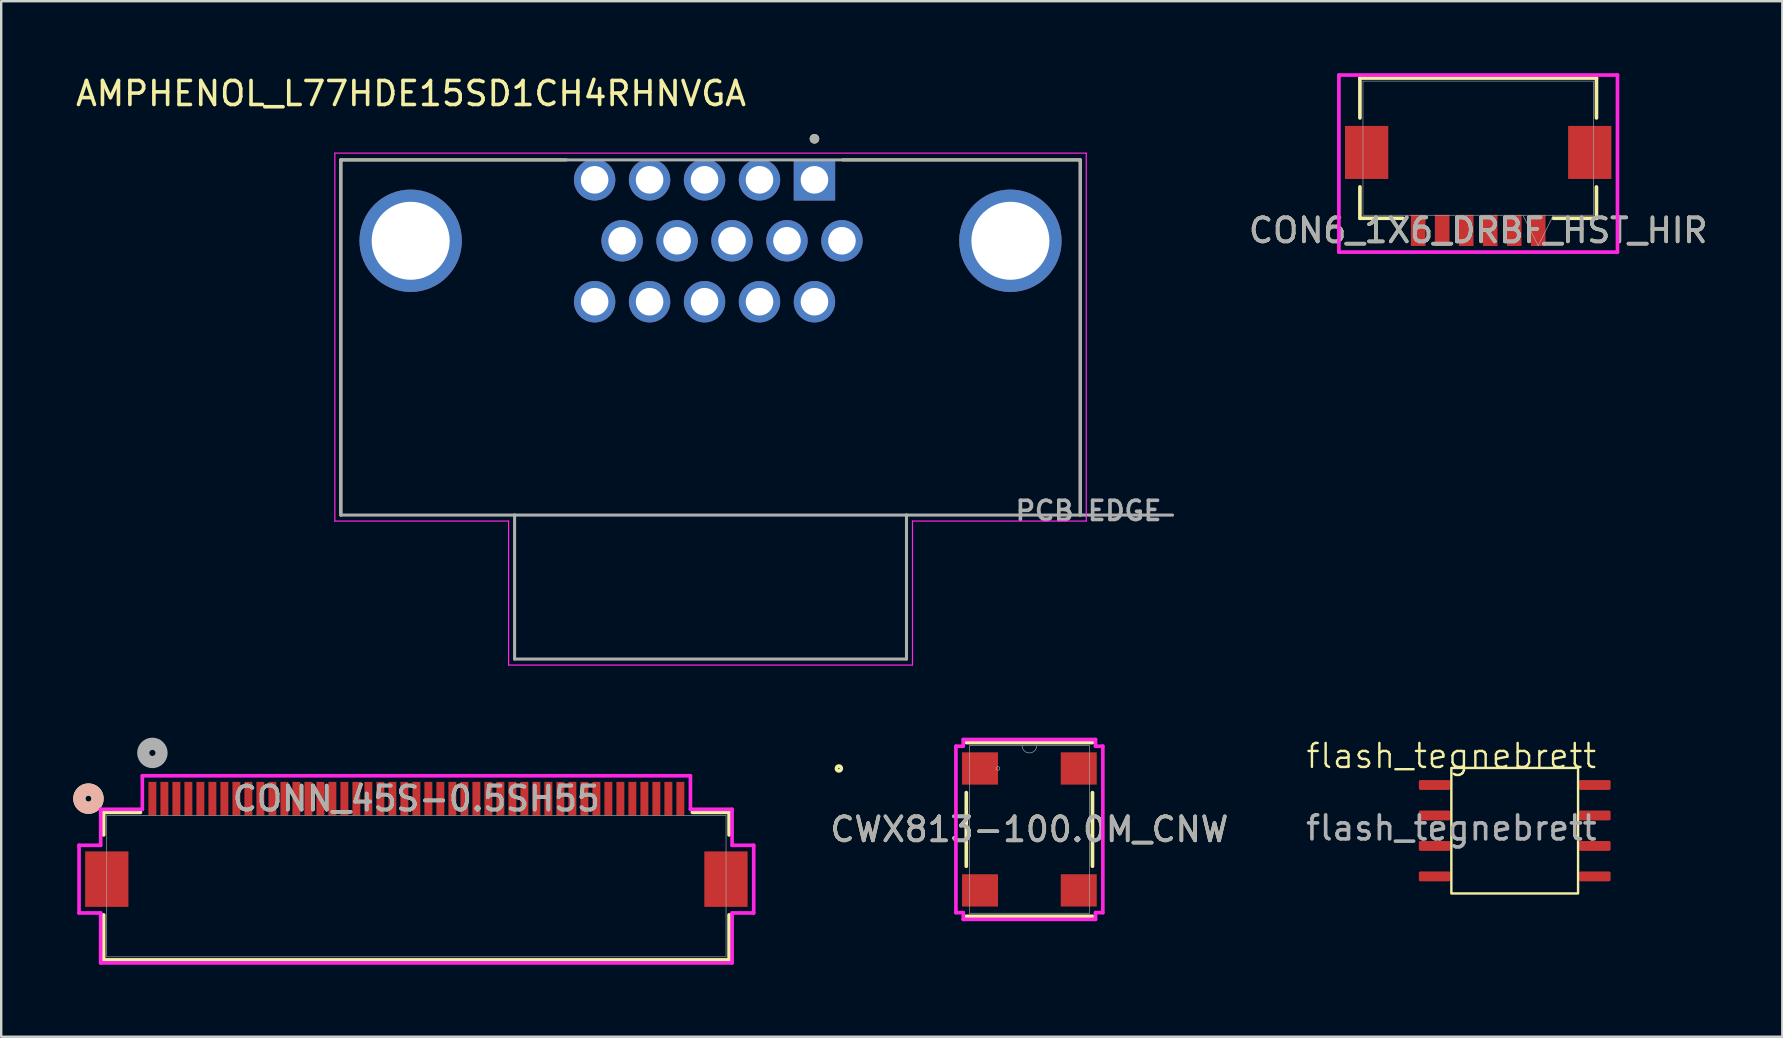
<source format=kicad_pcb>
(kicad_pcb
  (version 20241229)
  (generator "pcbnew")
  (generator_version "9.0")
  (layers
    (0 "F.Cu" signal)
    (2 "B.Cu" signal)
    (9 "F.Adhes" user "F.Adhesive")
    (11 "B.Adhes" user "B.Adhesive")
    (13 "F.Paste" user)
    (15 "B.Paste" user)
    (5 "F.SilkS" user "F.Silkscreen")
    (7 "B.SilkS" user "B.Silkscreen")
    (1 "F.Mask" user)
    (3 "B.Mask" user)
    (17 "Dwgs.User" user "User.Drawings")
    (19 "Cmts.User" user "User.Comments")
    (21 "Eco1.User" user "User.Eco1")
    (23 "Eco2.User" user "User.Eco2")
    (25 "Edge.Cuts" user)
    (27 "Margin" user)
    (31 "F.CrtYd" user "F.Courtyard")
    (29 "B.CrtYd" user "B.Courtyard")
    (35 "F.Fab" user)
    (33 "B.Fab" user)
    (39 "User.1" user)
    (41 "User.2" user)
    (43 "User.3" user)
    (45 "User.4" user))
  (footprint "CONN_45S-0.5SH55"
    (layer "F.Cu")
    (at 14.3 33.873)
    (property "Reference" "CONN_45S-0.5SH55" (at 0 -3.645 0) (unlocked yes) (layer "F.SilkS") (effects (font (size 1 1) (thickness 0.15))))
    (attr smd)
    (fp_line (start -13.03 -3.073) (end -13.03 -2.133) (stroke (width 0.152) (type solid)) (layer "F.SilkS"))
    (fp_line (start -13.03 1.198) (end -13.03 3.073) (stroke (width 0.152) (type solid)) (layer "F.SilkS"))
    (fp_line (start -13.03 3.073) (end 13.03 3.073) (stroke (width 0.152) (type solid)) (layer "F.SilkS"))
    (fp_line (start -11.498 -3.073) (end -13.03 -3.073) (stroke (width 0.152) (type solid)) (layer "F.SilkS"))
    (fp_line (start 13.03 -3.073) (end 11.498 -3.073) (stroke (width 0.152) (type solid)) (layer "F.SilkS"))
    (fp_line (start 13.03 -2.133) (end 13.03 -3.073) (stroke (width 0.152) (type solid)) (layer "F.SilkS"))
    (fp_line (start 13.03 3.073) (end 13.03 1.198) (stroke (width 0.152) (type solid)) (layer "F.SilkS"))
    (fp_circle (center -13.665 -3.645) (end -13.284 -3.645) (stroke (width 0.508) (type solid)) (fill no) (layer "F.SilkS"))
    (fp_circle (center -13.665 -3.645) (end -13.284 -3.645) (stroke (width 0.508) (type solid)) (fill no) (layer "B.SilkS"))
    (fp_line (start -14.056 -1.701) (end -14.056 1.119) (stroke (width 0.152) (type solid)) (layer "F.CrtYd"))
    (fp_line (start -14.056 1.119) (end -13.156 1.119) (stroke (width 0.152) (type solid)) (layer "F.CrtYd"))
    (fp_line (start -13.157 3.2) (end 13.157 3.2) (stroke (width 0.152) (type solid)) (layer "F.CrtYd"))
    (fp_line (start -13.156 1.119) (end -13.157 3.2) (stroke (width 0.152) (type solid)) (layer "F.CrtYd"))
    (fp_line (start -13.155 -1.701) (end -14.056 -1.701) (stroke (width 0.152) (type solid)) (layer "F.CrtYd"))
    (fp_line (start -13.154 -3.2) (end -13.155 -1.701) (stroke (width 0.152) (type solid)) (layer "F.CrtYd"))
    (fp_line (start -11.419 -4.597) (end -11.419 -3.2) (stroke (width 0.152) (type solid)) (layer "F.CrtYd"))
    (fp_line (start -11.419 -3.2) (end -13.154 -3.2) (stroke (width 0.152) (type solid)) (layer "F.CrtYd"))
    (fp_line (start 11.419 -4.597) (end -11.419 -4.597) (stroke (width 0.152) (type solid)) (layer "F.CrtYd"))
    (fp_line (start 11.419 -3.2) (end 11.419 -4.597) (stroke (width 0.152) (type solid)) (layer "F.CrtYd"))
    (fp_line (start 13.154 -3.2) (end 11.419 -3.2) (stroke (width 0.152) (type solid)) (layer "F.CrtYd"))
    (fp_line (start 13.155 -1.701) (end 13.154 -3.2) (stroke (width 0.152) (type solid)) (layer "F.CrtYd"))
    (fp_line (start 13.156 1.119) (end 14.056 1.119) (stroke (width 0.152) (type solid)) (layer "F.CrtYd"))
    (fp_line (start 13.157 3.2) (end 13.156 1.119) (stroke (width 0.152) (type solid)) (layer "F.CrtYd"))
    (fp_line (start 14.056 -1.701) (end 13.155 -1.701) (stroke (width 0.152) (type solid)) (layer "F.CrtYd"))
    (fp_line (start 14.056 1.119) (end 14.056 -1.701) (stroke (width 0.152) (type solid)) (layer "F.CrtYd"))
    (fp_line (start -12.903 -2.946) (end -12.903 2.946) (stroke (width 0.025) (type solid)) (layer "F.Fab"))
    (fp_line (start -12.903 2.946) (end 12.903 2.946) (stroke (width 0.025) (type solid)) (layer "F.Fab"))
    (fp_line (start 12.903 -2.946) (end -12.903 -2.946) (stroke (width 0.025) (type solid)) (layer "F.Fab"))
    (fp_line (start 12.903 2.946) (end 12.903 -2.946) (stroke (width 0.025) (type solid)) (layer "F.Fab"))
    (fp_circle (center -11 -5.55) (end -10.619 -5.55) (stroke (width 0.508) (type solid)) (fill no) (layer "F.Fab"))
    (fp_text user "${REFERENCE}" (at 0 -3.645 0) (unlocked yes) (layer "F.Fab") (effects (font (size 1 1) (thickness 0.15))))
    (pad "1" smd rect (at -11 -3.645) (size 0.33 1.397) (layers "F.Cu" "F.Mask" "F.Paste"))
    (pad "2" smd rect (at -10.5 -3.645) (size 0.33 1.397) (layers "F.Cu" "F.Mask" "F.Paste"))
    (pad "3" smd rect (at -10 -3.645) (size 0.33 1.397) (layers "F.Cu" "F.Mask" "F.Paste"))
    (pad "4" smd rect (at -9.5 -3.645) (size 0.33 1.397) (layers "F.Cu" "F.Mask" "F.Paste"))
    (pad "5" smd rect (at -9 -3.645) (size 0.33 1.397) (layers "F.Cu" "F.Mask" "F.Paste"))
    (pad "6" smd rect (at -8.5 -3.645) (size 0.33 1.397) (layers "F.Cu" "F.Mask" "F.Paste"))
    (pad "7" smd rect (at -8 -3.645) (size 0.33 1.397) (layers "F.Cu" "F.Mask" "F.Paste"))
    (pad "8" smd rect (at -7.5 -3.645) (size 0.33 1.397) (layers "F.Cu" "F.Mask" "F.Paste"))
    (pad "9" smd rect (at -7 -3.645) (size 0.33 1.397) (layers "F.Cu" "F.Mask" "F.Paste"))
    (pad "10" smd rect (at -6.5 -3.645) (size 0.33 1.397) (layers "F.Cu" "F.Mask" "F.Paste"))
    (pad "11" smd rect (at -6 -3.645) (size 0.33 1.397) (layers "F.Cu" "F.Mask" "F.Paste"))
    (pad "12" smd rect (at -5.5 -3.645) (size 0.33 1.397) (layers "F.Cu" "F.Mask" "F.Paste"))
    (pad "13" smd rect (at -5 -3.645) (size 0.33 1.397) (layers "F.Cu" "F.Mask" "F.Paste"))
    (pad "14" smd rect (at -4.5 -3.645) (size 0.33 1.397) (layers "F.Cu" "F.Mask" "F.Paste"))
    (pad "15" smd rect (at -4 -3.645) (size 0.33 1.397) (layers "F.Cu" "F.Mask" "F.Paste"))
    (pad "16" smd rect (at -3.5 -3.645) (size 0.33 1.397) (layers "F.Cu" "F.Mask" "F.Paste"))
    (pad "17" smd rect (at -3 -3.645) (size 0.33 1.397) (layers "F.Cu" "F.Mask" "F.Paste"))
    (pad "18" smd rect (at -2.5 -3.645) (size 0.33 1.397) (layers "F.Cu" "F.Mask" "F.Paste"))
    (pad "19" smd rect (at -2 -3.645) (size 0.33 1.397) (layers "F.Cu" "F.Mask" "F.Paste"))
    (pad "20" smd rect (at -1.5 -3.645) (size 0.33 1.397) (layers "F.Cu" "F.Mask" "F.Paste"))
    (pad "21" smd rect (at -1 -3.645) (size 0.33 1.397) (layers "F.Cu" "F.Mask" "F.Paste"))
    (pad "22" smd rect (at -0.5 -3.645) (size 0.33 1.397) (layers "F.Cu" "F.Mask" "F.Paste"))
    (pad "23" smd rect (at 0 -3.645) (size 0.33 1.397) (layers "F.Cu" "F.Mask" "F.Paste"))
    (pad "24" smd rect (at 0.5 -3.645) (size 0.33 1.397) (layers "F.Cu" "F.Mask" "F.Paste"))
    (pad "25" smd rect (at 1 -3.645) (size 0.33 1.397) (layers "F.Cu" "F.Mask" "F.Paste"))
    (pad "26" smd rect (at 1.5 -3.645) (size 0.33 1.397) (layers "F.Cu" "F.Mask" "F.Paste"))
    (pad "27" smd rect (at 2 -3.645) (size 0.33 1.397) (layers "F.Cu" "F.Mask" "F.Paste"))
    (pad "28" smd rect (at 2.5 -3.645) (size 0.33 1.397) (layers "F.Cu" "F.Mask" "F.Paste"))
    (pad "29" smd rect (at 3 -3.645) (size 0.33 1.397) (layers "F.Cu" "F.Mask" "F.Paste"))
    (pad "30" smd rect (at 3.5 -3.645) (size 0.33 1.397) (layers "F.Cu" "F.Mask" "F.Paste"))
    (pad "31" smd rect (at 4 -3.645) (size 0.33 1.397) (layers "F.Cu" "F.Mask" "F.Paste"))
    (pad "32" smd rect (at 4.5 -3.645) (size 0.33 1.397) (layers "F.Cu" "F.Mask" "F.Paste"))
    (pad "33" smd rect (at 5 -3.645) (size 0.33 1.397) (layers "F.Cu" "F.Mask" "F.Paste"))
    (pad "34" smd rect (at 5.5 -3.645) (size 0.33 1.397) (layers "F.Cu" "F.Mask" "F.Paste"))
    (pad "35" smd rect (at 6 -3.645) (size 0.33 1.397) (layers "F.Cu" "F.Mask" "F.Paste"))
    (pad "36" smd rect (at 6.5 -3.645) (size 0.33 1.397) (layers "F.Cu" "F.Mask" "F.Paste"))
    (pad "37" smd rect (at 7 -3.645) (size 0.33 1.397) (layers "F.Cu" "F.Mask" "F.Paste"))
    (pad "38" smd rect (at 7.5 -3.645) (size 0.33 1.397) (layers "F.Cu" "F.Mask" "F.Paste"))
    (pad "39" smd rect (at 8 -3.645) (size 0.33 1.397) (layers "F.Cu" "F.Mask" "F.Paste"))
    (pad "40" smd rect (at 8.5 -3.645) (size 0.33 1.397) (layers "F.Cu" "F.Mask" "F.Paste"))
    (pad "41" smd rect (at 9 -3.645) (size 0.33 1.397) (layers "F.Cu" "F.Mask" "F.Paste"))
    (pad "42" smd rect (at 9.5 -3.645) (size 0.33 1.397) (layers "F.Cu" "F.Mask" "F.Paste"))
    (pad "43" smd rect (at 10 -3.645) (size 0.33 1.397) (layers "F.Cu" "F.Mask" "F.Paste"))
    (pad "44" smd rect (at 10.5 -3.645) (size 0.33 1.397) (layers "F.Cu" "F.Mask" "F.Paste"))
    (pad "45" smd rect (at 11 -3.645) (size 0.33 1.397) (layers "F.Cu" "F.Mask" "F.Paste"))
    (pad "46" smd rect (at -12.9 -0.291) (size 1.803 2.311) (layers "F.Cu" "F.Mask" "F.Paste"))
    (pad "47" smd rect (at 12.9 -0.291) (size 1.803 2.311) (layers "F.Cu" "F.Mask" "F.Paste")))
  (footprint "AMPHENOL_L77HDE15SD1CH4RHNVGA"
    (layer "F.Cu")
    (at 26.557 6.983)
    (property "Reference" "AMPHENOL_L77HDE15SD1CH4RHNVGA" (at -12.48 -6.135 0) (layer "F.SilkS") (effects (font (size 1 1) (thickness 0.15))))
    (attr through_hole)
    (fp_line (start -15.405 -3.37) (end -6.013 -3.37) (stroke (width 0.127) (type solid)) (layer "F.SilkS"))
    (fp_line (start -15.405 11.43) (end -15.405 -3.37) (stroke (width 0.127) (type solid)) (layer "F.SilkS"))
    (fp_line (start 5.513 -3.37) (end 15.405 -3.37) (stroke (width 0.127) (type solid)) (layer "F.SilkS"))
    (fp_line (start 15.405 -3.37) (end 15.405 11.43) (stroke (width 0.127) (type solid)) (layer "F.SilkS"))
    (fp_circle (center 4.33 -4.25) (end 4.43 -4.25) (stroke (width 0.2) (type solid)) (fill no) (layer "F.SilkS"))
    (fp_line (start -15.655 -3.652) (end 15.655 -3.652) (stroke (width 0.05) (type solid)) (layer "F.CrtYd"))
    (fp_line (start -15.655 11.68) (end -15.655 -3.652) (stroke (width 0.05) (type solid)) (layer "F.CrtYd"))
    (fp_line (start -8.415 11.68) (end -15.655 11.68) (stroke (width 0.05) (type solid)) (layer "F.CrtYd"))
    (fp_line (start -8.415 17.68) (end -8.415 11.68) (stroke (width 0.05) (type solid)) (layer "F.CrtYd"))
    (fp_line (start 8.415 11.68) (end 8.415 17.68) (stroke (width 0.05) (type solid)) (layer "F.CrtYd"))
    (fp_line (start 8.415 17.68) (end -8.415 17.68) (stroke (width 0.05) (type solid)) (layer "F.CrtYd"))
    (fp_line (start 15.655 -3.652) (end 15.655 11.68) (stroke (width 0.05) (type solid)) (layer "F.CrtYd"))
    (fp_line (start 15.655 11.68) (end 8.415 11.68) (stroke (width 0.05) (type solid)) (layer "F.CrtYd"))
    (fp_line (start -15.405 -3.37) (end 15.405 -3.37) (stroke (width 0.127) (type solid)) (layer "F.Fab"))
    (fp_line (start -15.405 11.43) (end -15.405 -3.37) (stroke (width 0.127) (type solid)) (layer "F.Fab"))
    (fp_line (start -8.165 11.43) (end -15.405 11.43) (stroke (width 0.127) (type solid)) (layer "F.Fab"))
    (fp_line (start -8.165 11.43) (end 8.165 11.43) (stroke (width 0.127) (type solid)) (layer "F.Fab"))
    (fp_line (start -8.165 17.43) (end -8.165 11.43) (stroke (width 0.127) (type solid)) (layer "F.Fab"))
    (fp_line (start -8.165 17.43) (end 8.165 17.43) (stroke (width 0.127) (type solid)) (layer "F.Fab"))
    (fp_line (start 8.165 11.43) (end 8.165 17.43) (stroke (width 0.127) (type solid)) (layer "F.Fab"))
    (fp_line (start 15.405 -3.37) (end 15.405 11.43) (stroke (width 0.127) (type solid)) (layer "F.Fab"))
    (fp_line (start 15.405 11.43) (end 8.165 11.43) (stroke (width 0.127) (type solid)) (layer "F.Fab"))
    (fp_line (start 15.405 11.43) (end 19.25 11.43) (stroke (width 0.127) (type solid)) (layer "F.Fab"))
    (fp_circle (center 4.33 -4.25) (end 4.43 -4.25) (stroke (width 0.2) (type solid)) (fill no) (layer "F.Fab"))
    (fp_text user "PCB EDGE" (at 15.75 11.25 0) (layer "F.Fab") (effects (font (size 0.8 0.8) (thickness 0.15))))
    (pad "1" thru_hole rect (at 4.33 -2.54) (size 1.725 1.725) (drill 1.15) (layers "*.Cu" "*.Mask"))
    (pad "2" thru_hole circle (at 2.04 -2.54) (size 1.725 1.725) (drill 1.15) (layers "*.Cu" "*.Mask"))
    (pad "3" thru_hole circle (at -0.25 -2.54) (size 1.725 1.725) (drill 1.15) (layers "*.Cu" "*.Mask"))
    (pad "4" thru_hole circle (at -2.54 -2.54) (size 1.725 1.725) (drill 1.15) (layers "*.Cu" "*.Mask"))
    (pad "5" thru_hole circle (at -4.83 -2.54) (size 1.725 1.725) (drill 1.15) (layers "*.Cu" "*.Mask"))
    (pad "6" thru_hole circle (at 5.475 0) (size 1.725 1.725) (drill 1.15) (layers "*.Cu" "*.Mask"))
    (pad "7" thru_hole circle (at 3.185 0) (size 1.725 1.725) (drill 1.15) (layers "*.Cu" "*.Mask"))
    (pad "8" thru_hole circle (at 0.895 0) (size 1.725 1.725) (drill 1.15) (layers "*.Cu" "*.Mask"))
    (pad "9" thru_hole circle (at -1.395 0) (size 1.725 1.725) (drill 1.15) (layers "*.Cu" "*.Mask"))
    (pad "10" thru_hole circle (at -3.685 0) (size 1.725 1.725) (drill 1.15) (layers "*.Cu" "*.Mask"))
    (pad "11" thru_hole circle (at 4.33 2.54) (size 1.725 1.725) (drill 1.15) (layers "*.Cu" "*.Mask"))
    (pad "12" thru_hole circle (at 2.04 2.54) (size 1.725 1.725) (drill 1.15) (layers "*.Cu" "*.Mask"))
    (pad "13" thru_hole circle (at -0.25 2.54) (size 1.725 1.725) (drill 1.15) (layers "*.Cu" "*.Mask"))
    (pad "14" thru_hole circle (at -2.54 2.54) (size 1.725 1.725) (drill 1.15) (layers "*.Cu" "*.Mask"))
    (pad "15" thru_hole circle (at -4.83 2.54) (size 1.725 1.725) (drill 1.15) (layers "*.Cu" "*.Mask"))
    (pad "SH1" thru_hole circle (at -12.495 0) (size 4.266 4.266) (drill 3.25) (layers "*.Cu" "*.Mask"))
    (pad "SH2" thru_hole circle (at 12.495 0) (size 4.266 4.266) (drill 3.25) (layers "*.Cu" "*.Mask")))
  (footprint "flash_tegnebrett"
    (layer "F.Cu")
    (at 57.426 28.949)
    (property "Reference" "flash_tegnebrett" (at 0 -0.5 0) (unlocked yes) (layer "F.SilkS") (effects (font (size 1 1) (thickness 0.1))))
    (attr smd)
    (fp_rect (start 0 0) (end 5.28 5.23) (stroke (width 0.1) (type solid)) (fill no) (layer "F.SilkS"))
    (fp_text user "${REFERENCE}" (at 0 2.5 0) (unlocked yes) (layer "F.Fab") (effects (font (size 1 1) (thickness 0.15))))
    (pad "1" smd roundrect (at -0.7 0.71) (size 1.31 0.41) (layers "F.Cu" "F.Mask" "F.Paste") (roundrect_rratio 0.15))
    (pad "2" smd roundrect (at -0.7 1.98) (size 1.31 0.41) (layers "F.Cu" "F.Mask" "F.Paste") (roundrect_rratio 0.15))
    (pad "3" smd roundrect (at -0.7 3.25) (size 1.31 0.41) (layers "F.Cu" "F.Mask" "F.Paste") (roundrect_rratio 0.15))
    (pad "4" smd roundrect (at -0.7 4.52) (size 1.31 0.41) (layers "F.Cu" "F.Mask" "F.Paste") (roundrect_rratio 0.15))
    (pad "5" smd roundrect (at 5.98 4.52) (size 1.31 0.41) (layers "F.Cu" "F.Mask" "F.Paste") (roundrect_rratio 0.15))
    (pad "6" smd roundrect (at 5.98 3.25) (size 1.31 0.41) (layers "F.Cu" "F.Mask" "F.Paste") (roundrect_rratio 0.15))
    (pad "7" smd roundrect (at 5.98 1.98) (size 1.31 0.41) (layers "F.Cu" "F.Mask" "F.Paste") (roundrect_rratio 0.15))
    (pad "8" smd roundrect (at 5.98 0.71) (size 1.31 0.41) (layers "F.Cu" "F.Mask" "F.Paste") (roundrect_rratio 0.15)))
  (footprint "CWX813-100.0M_CNW"
    (layer "F.Cu")
    (at 39.843 31.511)
    (property "Reference" "CWX813-100.0M_CNW" (at 0 0 0) (unlocked yes) (layer "F.SilkS") (effects (font (size 1 1) (thickness 0.15))))
    (attr smd)
    (fp_line (start -2.629 -1.534) (end -2.629 1.534) (stroke (width 0.152) (type solid)) (layer "F.SilkS"))
    (fp_line (start -2.629 3.619) (end 2.629 3.619) (stroke (width 0.152) (type solid)) (layer "F.SilkS"))
    (fp_line (start 2.629 -3.619) (end -2.629 -3.619) (stroke (width 0.152) (type solid)) (layer "F.SilkS"))
    (fp_line (start 2.629 1.534) (end 2.629 -1.534) (stroke (width 0.152) (type solid)) (layer "F.SilkS"))
    (fp_circle (center -7.938 -2.54) (end -7.836 -2.54) (stroke (width 0.152) (type solid)) (fill no) (layer "F.SilkS"))
    (fp_line (start -3.061 -3.467) (end -2.756 -3.467) (stroke (width 0.152) (type solid)) (layer "F.CrtYd"))
    (fp_line (start -3.061 3.467) (end -3.061 -3.467) (stroke (width 0.152) (type solid)) (layer "F.CrtYd"))
    (fp_line (start -3.061 3.467) (end -2.756 3.467) (stroke (width 0.152) (type solid)) (layer "F.CrtYd"))
    (fp_line (start -2.756 -3.747) (end 2.756 -3.747) (stroke (width 0.152) (type solid)) (layer "F.CrtYd"))
    (fp_line (start -2.756 -3.467) (end -2.756 -3.747) (stroke (width 0.152) (type solid)) (layer "F.CrtYd"))
    (fp_line (start -2.756 3.747) (end -2.756 3.467) (stroke (width 0.152) (type solid)) (layer "F.CrtYd"))
    (fp_line (start 2.756 -3.747) (end 2.756 -3.467) (stroke (width 0.152) (type solid)) (layer "F.CrtYd"))
    (fp_line (start 2.756 3.467) (end 2.756 3.747) (stroke (width 0.152) (type solid)) (layer "F.CrtYd"))
    (fp_line (start 2.756 3.747) (end -2.756 3.747) (stroke (width 0.152) (type solid)) (layer "F.CrtYd"))
    (fp_line (start 3.061 -3.467) (end 2.756 -3.467) (stroke (width 0.152) (type solid)) (layer "F.CrtYd"))
    (fp_line (start 3.061 -3.467) (end 3.061 3.467) (stroke (width 0.152) (type solid)) (layer "F.CrtYd"))
    (fp_line (start 3.061 3.467) (end 2.756 3.467) (stroke (width 0.152) (type solid)) (layer "F.CrtYd"))
    (fp_line (start -2.502 -3.493) (end -2.502 3.493) (stroke (width 0.025) (type solid)) (layer "F.Fab"))
    (fp_line (start -2.502 3.493) (end 2.502 3.493) (stroke (width 0.025) (type solid)) (layer "F.Fab"))
    (fp_line (start 2.502 -3.493) (end -2.502 -3.493) (stroke (width 0.025) (type solid)) (layer "F.Fab"))
    (fp_line (start 2.502 3.493) (end 2.502 -3.493) (stroke (width 0.025) (type solid)) (layer "F.Fab"))
    (fp_arc (start 0.3048 -3.4925) (mid 0 -3.1877) (end -0.3048 -3.4925) (stroke (width 0.0254) (type solid)) (layer "F.Fab"))
    (fp_circle (center -1.308 -2.54) (end -1.232 -2.54) (stroke (width 0.025) (type solid)) (fill no) (layer "F.Fab"))
    (fp_text user "${REFERENCE}" (at 0 0 0) (unlocked yes) (layer "F.Fab") (effects (font (size 1 1) (thickness 0.15))))
    (pad "1" smd rect (at -2.057 -2.54) (size 1.499 1.346) (layers "F.Cu" "F.Mask" "F.Paste"))
    (pad "2" smd rect (at -2.057 2.54) (size 1.499 1.346) (layers "F.Cu" "F.Mask" "F.Paste"))
    (pad "3" smd rect (at 2.057 2.54) (size 1.499 1.346) (layers "F.Cu" "F.Mask" "F.Paste"))
    (pad "4" smd rect (at 2.057 -2.54) (size 1.499 1.346) (layers "F.Cu" "F.Mask" "F.Paste")))
  (footprint "CON6_1X6_DRBF_HST_HIR"
    (layer "F.Cu")
    (at 58.544 3.759)
    (property "Reference" "CON6_1X6_DRBF_HST_HIR" (at 0 2.794 0) (unlocked yes) (layer "F.SilkS") (effects (font (size 1 1) (thickness 0.15))))
    (attr smd)
    (fp_line (start -4.928 -3.556) (end -4.928 -1.895) (stroke (width 0.152) (type solid)) (layer "F.SilkS"))
    (fp_line (start -4.928 0.98) (end -4.928 2.286) (stroke (width 0.152) (type solid)) (layer "F.SilkS"))
    (fp_line (start -4.928 2.286) (end -3.138 2.286) (stroke (width 0.152) (type solid)) (layer "F.SilkS"))
    (fp_line (start 3.138 2.286) (end 4.928 2.286) (stroke (width 0.152) (type solid)) (layer "F.SilkS"))
    (fp_line (start 4.928 -3.556) (end -4.928 -3.556) (stroke (width 0.152) (type solid)) (layer "F.SilkS"))
    (fp_line (start 4.928 -1.895) (end 4.928 -3.556) (stroke (width 0.152) (type solid)) (layer "F.SilkS"))
    (fp_line (start 4.928 2.286) (end 4.928 0.98) (stroke (width 0.152) (type solid)) (layer "F.SilkS"))
    (fp_line (start -5.804 -3.683) (end -5.804 3.696) (stroke (width 0.152) (type solid)) (layer "F.CrtYd"))
    (fp_line (start -5.804 3.696) (end 5.804 3.696) (stroke (width 0.152) (type solid)) (layer "F.CrtYd"))
    (fp_line (start 5.804 -3.683) (end -5.804 -3.683) (stroke (width 0.152) (type solid)) (layer "F.CrtYd"))
    (fp_line (start 5.804 3.696) (end 5.804 -3.683) (stroke (width 0.152) (type solid)) (layer "F.CrtYd"))
    (fp_line (start -4.801 -3.429) (end -4.801 2.159) (stroke (width 0.025) (type solid)) (layer "F.Fab"))
    (fp_line (start -4.801 2.159) (end 4.801 2.159) (stroke (width 0.025) (type solid)) (layer "F.Fab"))
    (fp_line (start 1.865 2.159) (end 2.5 3.429) (stroke (width 0.025) (type solid)) (layer "F.Fab"))
    (fp_line (start 3.135 2.159) (end 2.5 3.429) (stroke (width 0.025) (type solid)) (layer "F.Fab"))
    (fp_line (start 4.801 -3.429) (end -4.801 -3.429) (stroke (width 0.025) (type solid)) (layer "F.Fab"))
    (fp_line (start 4.801 2.159) (end 4.801 -3.429) (stroke (width 0.025) (type solid)) (layer "F.Fab"))
    (fp_text user "${REFERENCE}" (at 0 2.794 0) (unlocked yes) (layer "F.Fab") (effects (font (size 1 1) (thickness 0.15))))
    (pad "1" smd rect (at 2.5 2.794) (size 0.61 1.295) (layers "F.Cu" "F.Mask" "F.Paste"))
    (pad "2" smd rect (at 1.5 2.794) (size 0.61 1.295) (layers "F.Cu" "F.Mask" "F.Paste"))
    (pad "3" smd rect (at 0.5 2.794) (size 0.61 1.295) (layers "F.Cu" "F.Mask" "F.Paste"))
    (pad "4" smd rect (at -0.5 2.794) (size 0.61 1.295) (layers "F.Cu" "F.Mask" "F.Paste"))
    (pad "5" smd rect (at -1.5 2.794) (size 0.61 1.295) (layers "F.Cu" "F.Mask" "F.Paste"))
    (pad "6" smd rect (at -2.5 2.794) (size 0.61 1.295) (layers "F.Cu" "F.Mask" "F.Paste"))
    (pad "7" smd rect (at -4.648 -0.457) (size 1.803 2.21) (layers "F.Cu" "F.Mask" "F.Paste"))
    (pad "8" smd rect (at 4.648 -0.457) (size 1.803 2.21) (layers "F.Cu" "F.Mask" "F.Paste")))
  (gr_rect
    (start -3 -3)
    (end 71.216 40.15)
    (stroke (width 0.1) (type default))
    (fill no)
    (layer "Edge.Cuts")))
</source>
